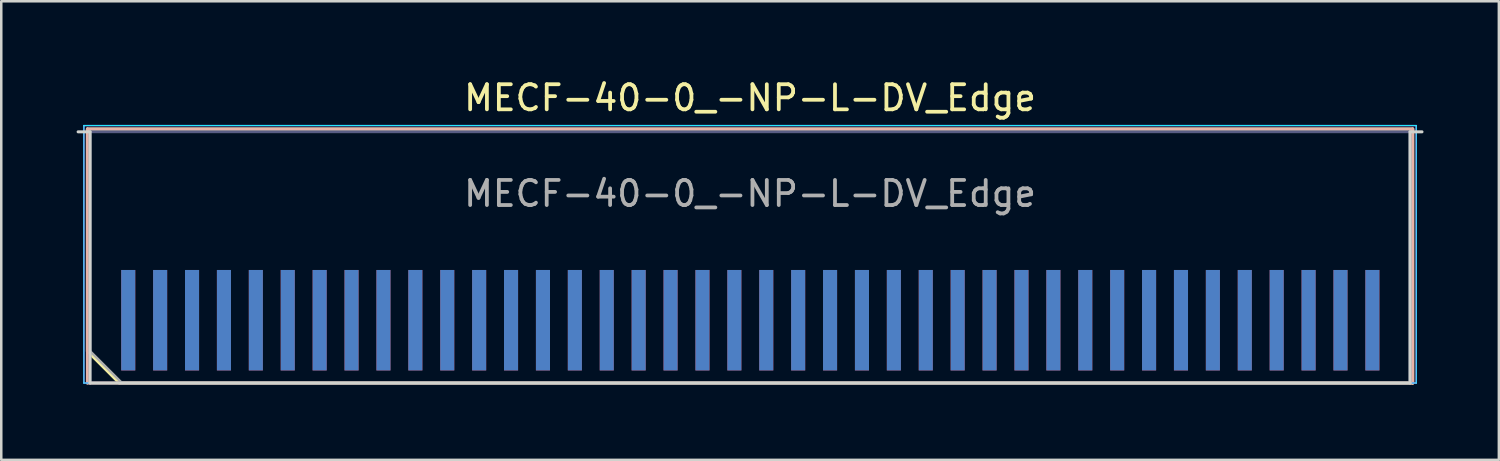
<source format=kicad_pcb>
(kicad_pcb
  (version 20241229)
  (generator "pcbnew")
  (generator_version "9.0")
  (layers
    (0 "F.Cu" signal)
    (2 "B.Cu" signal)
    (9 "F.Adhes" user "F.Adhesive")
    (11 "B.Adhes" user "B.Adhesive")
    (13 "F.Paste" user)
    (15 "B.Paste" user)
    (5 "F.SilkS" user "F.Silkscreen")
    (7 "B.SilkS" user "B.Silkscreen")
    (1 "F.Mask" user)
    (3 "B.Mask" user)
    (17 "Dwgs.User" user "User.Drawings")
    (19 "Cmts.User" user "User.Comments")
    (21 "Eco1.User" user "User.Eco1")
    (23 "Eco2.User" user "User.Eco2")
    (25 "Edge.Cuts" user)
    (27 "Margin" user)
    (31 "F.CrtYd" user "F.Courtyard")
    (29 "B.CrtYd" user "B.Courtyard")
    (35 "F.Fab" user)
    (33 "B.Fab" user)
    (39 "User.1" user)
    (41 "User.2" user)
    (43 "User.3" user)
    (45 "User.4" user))
  (footprint "MECF-40-0_-NP-L-DV_Edge"
    (layer "F.Cu")
    (at 26.81 7.198)
    (property "Reference" "MECF-40-0_-NP-L-DV_Edge" (at 0 -6.35 0) (layer "F.SilkS") (effects (font (size 1 1) (thickness 0.15))))
    (attr exclude_from_pos_files exclude_from_bom)
    (fp_line (start -26.38 -5.11) (end 26.38 -5.11) (stroke (width 0.12) (type solid)) (layer "F.SilkS"))
    (fp_line (start -26.38 3.73) (end -26.38 -5.11) (stroke (width 0.12) (type solid)) (layer "F.SilkS"))
    (fp_line (start -25.11 5) (end -26.38 3.73) (stroke (width 0.12) (type solid)) (layer "F.SilkS"))
    (fp_line (start -25.11 5) (end 26.38 5) (stroke (width 0.12) (type solid)) (layer "F.SilkS"))
    (fp_line (start 26.38 5) (end 26.38 -5.11) (stroke (width 0.12) (type solid)) (layer "F.SilkS"))
    (fp_line (start -26.38 -5.11) (end 26.38 -5.11) (stroke (width 0.12) (type solid)) (layer "B.SilkS"))
    (fp_line (start -26.38 5) (end -26.38 -5.11) (stroke (width 0.12) (type solid)) (layer "B.SilkS"))
    (fp_line (start -26.38 5) (end 26.38 5) (stroke (width 0.12) (type solid)) (layer "B.SilkS"))
    (fp_line (start 26.38 5) (end 26.38 -5.11) (stroke (width 0.12) (type solid)) (layer "B.SilkS"))
    (fp_line (start -26.75 -5) (end -26.275 -5) (stroke (width 0.12) (type solid)) (layer "Edge.Cuts"))
    (fp_line (start -26.275 5) (end -26.275 -5) (stroke (width 0.12) (type solid)) (layer "Edge.Cuts"))
    (fp_line (start -26.275 5) (end 26.275 5) (stroke (width 0.12) (type solid)) (layer "Edge.Cuts"))
    (fp_line (start 26.275 5) (end 26.275 -5) (stroke (width 0.12) (type solid)) (layer "Edge.Cuts"))
    (fp_line (start 26.75 -5) (end 26.275 -5) (stroke (width 0.12) (type solid)) (layer "Edge.Cuts"))
    (fp_line (start -26.52 -5.25) (end -26.52 5) (stroke (width 0.05) (type solid)) (layer "B.CrtYd"))
    (fp_line (start -26.52 5) (end 26.52 5) (stroke (width 0.05) (type solid)) (layer "B.CrtYd"))
    (fp_line (start 26.52 -5.25) (end -26.52 -5.25) (stroke (width 0.05) (type solid)) (layer "B.CrtYd"))
    (fp_line (start 26.52 5) (end 26.52 -5.25) (stroke (width 0.05) (type solid)) (layer "B.CrtYd"))
    (fp_line (start -26.52 -5.25) (end -26.52 5) (stroke (width 0.05) (type solid)) (layer "F.CrtYd"))
    (fp_line (start -26.52 5) (end 26.52 5) (stroke (width 0.05) (type solid)) (layer "F.CrtYd"))
    (fp_line (start 26.52 -5.25) (end -26.52 -5.25) (stroke (width 0.05) (type solid)) (layer "F.CrtYd"))
    (fp_line (start 26.52 5) (end 26.52 -5.25) (stroke (width 0.05) (type solid)) (layer "F.CrtYd"))
    (fp_line (start -26.275 -5) (end 26.275 -5) (stroke (width 0.1) (type solid)) (layer "B.Fab"))
    (fp_line (start -26.275 5) (end -26.275 -5) (stroke (width 0.1) (type solid)) (layer "B.Fab"))
    (fp_line (start -26.275 5) (end 26.275 5) (stroke (width 0.1) (type solid)) (layer "B.Fab"))
    (fp_line (start 26.275 5) (end 26.275 -5) (stroke (width 0.1) (type solid)) (layer "B.Fab"))
    (fp_line (start -26.275 -5) (end 26.275 -5) (stroke (width 0.1) (type solid)) (layer "F.Fab"))
    (fp_line (start -26.275 3.73) (end -26.275 -5) (stroke (width 0.1) (type solid)) (layer "F.Fab"))
    (fp_line (start -26.275 3.73) (end -25.005 5) (stroke (width 0.1) (type solid)) (layer "F.Fab"))
    (fp_line (start -25.005 5) (end 26.275 5) (stroke (width 0.1) (type solid)) (layer "F.Fab"))
    (fp_line (start 26.275 5) (end 26.275 -5) (stroke (width 0.1) (type solid)) (layer "F.Fab"))
    (fp_text user "${REFERENCE}" (at 0 -2.54 0) (layer "F.Fab") (effects (font (size 1 1) (thickness 0.15))))
    (pad "1" smd rect (at -24.755 2.5) (size 0.56 4) (layers "F.Cu" "F.Mask" "F.Paste"))
    (pad "2" smd rect (at -24.755 2.5) (size 0.56 4) (layers "B.Cu" "B.Mask" "B.Paste"))
    (pad "3" smd rect (at -23.485 2.5) (size 0.56 4) (layers "F.Cu" "F.Mask" "F.Paste"))
    (pad "4" smd rect (at -23.485 2.5) (size 0.56 4) (layers "B.Cu" "B.Mask" "B.Paste"))
    (pad "5" smd rect (at -22.215 2.5) (size 0.56 4) (layers "F.Cu" "F.Mask" "F.Paste"))
    (pad "6" smd rect (at -22.215 2.5) (size 0.56 4) (layers "B.Cu" "B.Mask" "B.Paste"))
    (pad "7" smd rect (at -20.945 2.5) (size 0.56 4) (layers "F.Cu" "F.Mask" "F.Paste"))
    (pad "8" smd rect (at -20.945 2.5) (size 0.56 4) (layers "B.Cu" "B.Mask" "B.Paste"))
    (pad "9" smd rect (at -19.675 2.5) (size 0.56 4) (layers "F.Cu" "F.Mask" "F.Paste"))
    (pad "10" smd rect (at -19.675 2.5) (size 0.56 4) (layers "B.Cu" "B.Mask" "B.Paste"))
    (pad "11" smd rect (at -18.405 2.5) (size 0.56 4) (layers "F.Cu" "F.Mask" "F.Paste"))
    (pad "12" smd rect (at -18.405 2.5) (size 0.56 4) (layers "B.Cu" "B.Mask" "B.Paste"))
    (pad "13" smd rect (at -17.135 2.5) (size 0.56 4) (layers "F.Cu" "F.Mask" "F.Paste"))
    (pad "14" smd rect (at -17.135 2.5) (size 0.56 4) (layers "B.Cu" "B.Mask" "B.Paste"))
    (pad "15" smd rect (at -15.865 2.5) (size 0.56 4) (layers "F.Cu" "F.Mask" "F.Paste"))
    (pad "16" smd rect (at -15.865 2.5) (size 0.56 4) (layers "B.Cu" "B.Mask" "B.Paste"))
    (pad "17" smd rect (at -14.595 2.5) (size 0.56 4) (layers "F.Cu" "F.Mask" "F.Paste"))
    (pad "18" smd rect (at -14.595 2.5) (size 0.56 4) (layers "B.Cu" "B.Mask" "B.Paste"))
    (pad "19" smd rect (at -13.325 2.5) (size 0.56 4) (layers "F.Cu" "F.Mask" "F.Paste"))
    (pad "20" smd rect (at -13.325 2.5) (size 0.56 4) (layers "B.Cu" "B.Mask" "B.Paste"))
    (pad "21" smd rect (at -12.055 2.5) (size 0.56 4) (layers "F.Cu" "F.Mask" "F.Paste"))
    (pad "22" smd rect (at -12.055 2.5) (size 0.56 4) (layers "B.Cu" "B.Mask" "B.Paste"))
    (pad "23" smd rect (at -10.785 2.5) (size 0.56 4) (layers "F.Cu" "F.Mask" "F.Paste"))
    (pad "24" smd rect (at -10.785 2.5) (size 0.56 4) (layers "B.Cu" "B.Mask" "B.Paste"))
    (pad "25" smd rect (at -9.515 2.5) (size 0.56 4) (layers "F.Cu" "F.Mask" "F.Paste"))
    (pad "26" smd rect (at -9.515 2.5) (size 0.56 4) (layers "B.Cu" "B.Mask" "B.Paste"))
    (pad "27" smd rect (at -8.245 2.5) (size 0.56 4) (layers "F.Cu" "F.Mask" "F.Paste"))
    (pad "28" smd rect (at -8.245 2.5) (size 0.56 4) (layers "B.Cu" "B.Mask" "B.Paste"))
    (pad "29" smd rect (at -6.975 2.5) (size 0.56 4) (layers "F.Cu" "F.Mask" "F.Paste"))
    (pad "30" smd rect (at -6.975 2.5) (size 0.56 4) (layers "B.Cu" "B.Mask" "B.Paste"))
    (pad "31" smd rect (at -5.705 2.5) (size 0.56 4) (layers "F.Cu" "F.Mask" "F.Paste"))
    (pad "32" smd rect (at -5.705 2.5) (size 0.56 4) (layers "B.Cu" "B.Mask" "B.Paste"))
    (pad "33" smd rect (at -4.435 2.5) (size 0.56 4) (layers "F.Cu" "F.Mask" "F.Paste"))
    (pad "34" smd rect (at -4.435 2.5) (size 0.56 4) (layers "B.Cu" "B.Mask" "B.Paste"))
    (pad "35" smd rect (at -3.165 2.5) (size 0.56 4) (layers "F.Cu" "F.Mask" "F.Paste"))
    (pad "36" smd rect (at -3.165 2.5) (size 0.56 4) (layers "B.Cu" "B.Mask" "B.Paste"))
    (pad "37" smd rect (at -1.895 2.5) (size 0.56 4) (layers "F.Cu" "F.Mask" "F.Paste"))
    (pad "38" smd rect (at -1.895 2.5) (size 0.56 4) (layers "B.Cu" "B.Mask" "B.Paste"))
    (pad "39" smd rect (at -0.625 2.5) (size 0.56 4) (layers "F.Cu" "F.Mask" "F.Paste"))
    (pad "40" smd rect (at -0.625 2.5) (size 0.56 4) (layers "B.Cu" "B.Mask" "B.Paste"))
    (pad "41" smd rect (at 0.645 2.5) (size 0.56 4) (layers "F.Cu" "F.Mask" "F.Paste"))
    (pad "42" smd rect (at 0.645 2.5) (size 0.56 4) (layers "B.Cu" "B.Mask" "B.Paste"))
    (pad "43" smd rect (at 1.915 2.5) (size 0.56 4) (layers "F.Cu" "F.Mask" "F.Paste"))
    (pad "44" smd rect (at 1.915 2.5) (size 0.56 4) (layers "B.Cu" "B.Mask" "B.Paste"))
    (pad "45" smd rect (at 3.185 2.5) (size 0.56 4) (layers "F.Cu" "F.Mask" "F.Paste"))
    (pad "46" smd rect (at 3.185 2.5) (size 0.56 4) (layers "B.Cu" "B.Mask" "B.Paste"))
    (pad "47" smd rect (at 4.455 2.5) (size 0.56 4) (layers "F.Cu" "F.Mask" "F.Paste"))
    (pad "48" smd rect (at 4.455 2.5) (size 0.56 4) (layers "B.Cu" "B.Mask" "B.Paste"))
    (pad "49" smd rect (at 5.725 2.5) (size 0.56 4) (layers "F.Cu" "F.Mask" "F.Paste"))
    (pad "50" smd rect (at 5.725 2.5) (size 0.56 4) (layers "B.Cu" "B.Mask" "B.Paste"))
    (pad "51" smd rect (at 6.995 2.5) (size 0.56 4) (layers "F.Cu" "F.Mask" "F.Paste"))
    (pad "52" smd rect (at 6.995 2.5) (size 0.56 4) (layers "B.Cu" "B.Mask" "B.Paste"))
    (pad "53" smd rect (at 8.265 2.5) (size 0.56 4) (layers "F.Cu" "F.Mask" "F.Paste"))
    (pad "54" smd rect (at 8.265 2.5) (size 0.56 4) (layers "B.Cu" "B.Mask" "B.Paste"))
    (pad "55" smd rect (at 9.535 2.5) (size 0.56 4) (layers "F.Cu" "F.Mask" "F.Paste"))
    (pad "56" smd rect (at 9.535 2.5) (size 0.56 4) (layers "B.Cu" "B.Mask" "B.Paste"))
    (pad "57" smd rect (at 10.805 2.5) (size 0.56 4) (layers "F.Cu" "F.Mask" "F.Paste"))
    (pad "58" smd rect (at 10.805 2.5) (size 0.56 4) (layers "B.Cu" "B.Mask" "B.Paste"))
    (pad "59" smd rect (at 12.075 2.5) (size 0.56 4) (layers "F.Cu" "F.Mask" "F.Paste"))
    (pad "60" smd rect (at 12.075 2.5) (size 0.56 4) (layers "B.Cu" "B.Mask" "B.Paste"))
    (pad "61" smd rect (at 13.345 2.5) (size 0.56 4) (layers "F.Cu" "F.Mask" "F.Paste"))
    (pad "62" smd rect (at 13.345 2.5) (size 0.56 4) (layers "B.Cu" "B.Mask" "B.Paste"))
    (pad "63" smd rect (at 14.615 2.5) (size 0.56 4) (layers "F.Cu" "F.Mask" "F.Paste"))
    (pad "64" smd rect (at 14.615 2.5) (size 0.56 4) (layers "B.Cu" "B.Mask" "B.Paste"))
    (pad "65" smd rect (at 15.885 2.5) (size 0.56 4) (layers "F.Cu" "F.Mask" "F.Paste"))
    (pad "66" smd rect (at 15.885 2.5) (size 0.56 4) (layers "B.Cu" "B.Mask" "B.Paste"))
    (pad "67" smd rect (at 17.155 2.5) (size 0.56 4) (layers "F.Cu" "F.Mask" "F.Paste"))
    (pad "68" smd rect (at 17.155 2.5) (size 0.56 4) (layers "B.Cu" "B.Mask" "B.Paste"))
    (pad "69" smd rect (at 18.425 2.5) (size 0.56 4) (layers "F.Cu" "F.Mask" "F.Paste"))
    (pad "70" smd rect (at 18.425 2.5) (size 0.56 4) (layers "B.Cu" "B.Mask" "B.Paste"))
    (pad "71" smd rect (at 19.695 2.5) (size 0.56 4) (layers "F.Cu" "F.Mask" "F.Paste"))
    (pad "72" smd rect (at 19.695 2.5) (size 0.56 4) (layers "B.Cu" "B.Mask" "B.Paste"))
    (pad "73" smd rect (at 20.965 2.5) (size 0.56 4) (layers "F.Cu" "F.Mask" "F.Paste"))
    (pad "74" smd rect (at 20.965 2.5) (size 0.56 4) (layers "B.Cu" "B.Mask" "B.Paste"))
    (pad "75" smd rect (at 22.235 2.5) (size 0.56 4) (layers "F.Cu" "F.Mask" "F.Paste"))
    (pad "76" smd rect (at 22.235 2.5) (size 0.56 4) (layers "B.Cu" "B.Mask" "B.Paste"))
    (pad "77" smd rect (at 23.505 2.5) (size 0.56 4) (layers "F.Cu" "F.Mask" "F.Paste"))
    (pad "78" smd rect (at 23.505 2.5) (size 0.56 4) (layers "B.Cu" "B.Mask" "B.Paste"))
    (pad "79" smd rect (at 24.775 2.5) (size 0.56 4) (layers "F.Cu" "F.Mask" "F.Paste"))
    (pad "80" smd rect (at 24.775 2.5) (size 0.56 4) (layers "B.Cu" "B.Mask" "B.Paste")))
  (gr_rect
    (start -3 -3)
    (end 56.62 15.258)
    (stroke (width 0.1) (type default))
    (fill no)
    (layer "Edge.Cuts")))
</source>
